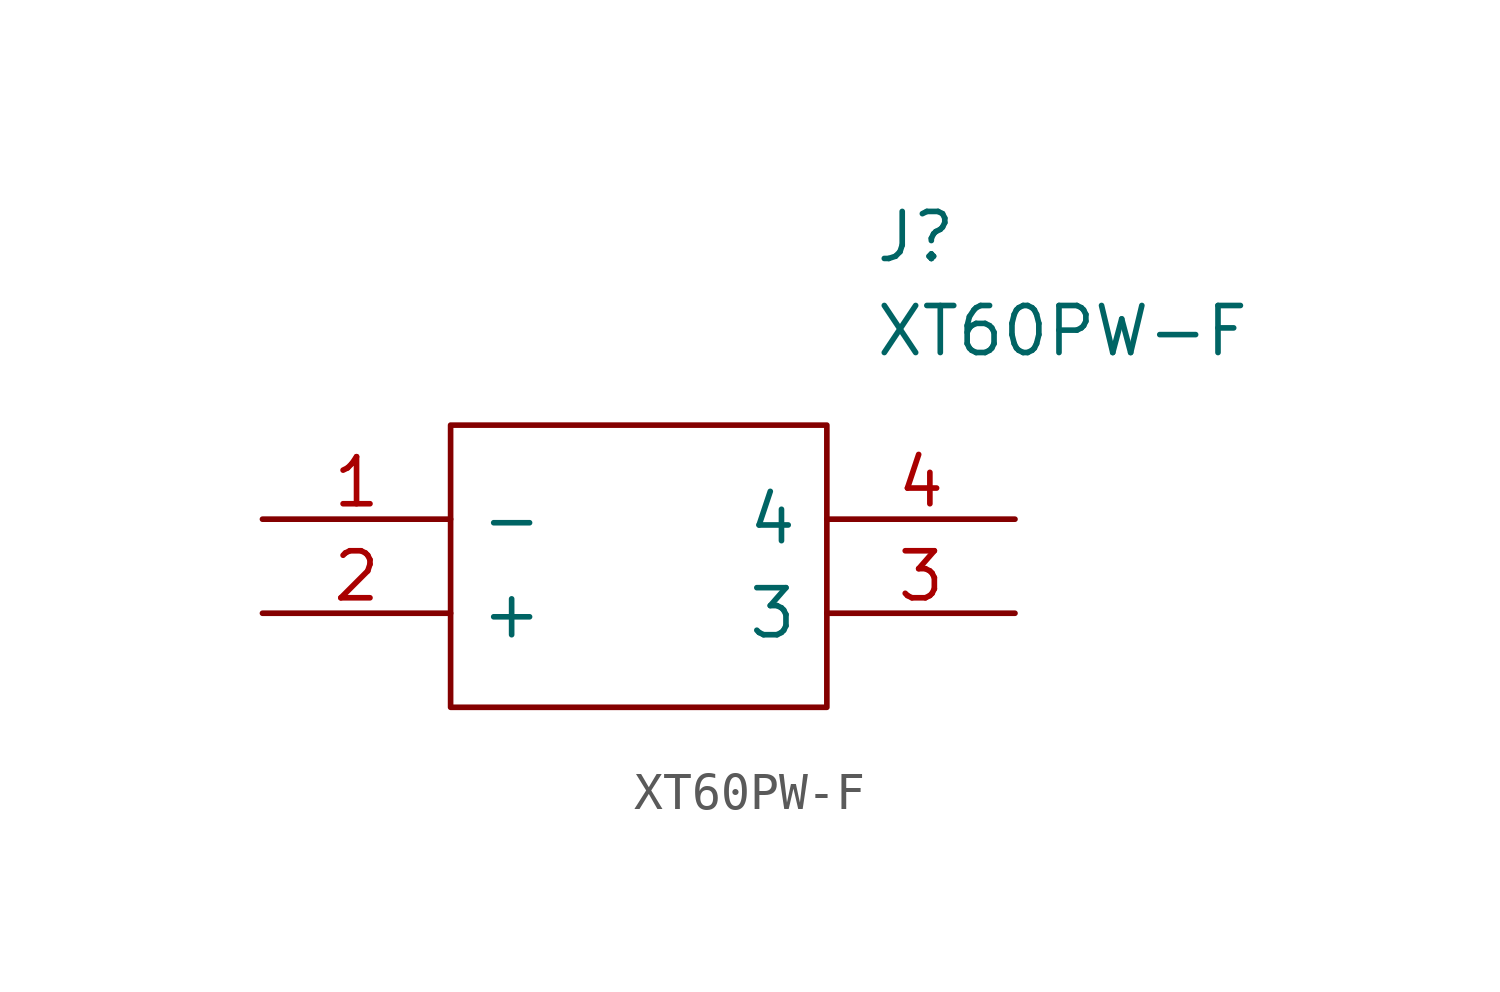
<source format=kicad_sym>
(kicad_symbol_lib
  (version 20211014)
  (generator kicad_symbol_editor)
  (symbol "XT60PW-F"
    (pin_names
      (offset 0.762))
    (property "Reference" "J"
      (at 16.51 7.62 0)
      (effects (font (size 1.27 1.27)) (justify left)))
    (property "Value" "XT60PW-F"
      (at 16.51 5.08 0)
      (effects (font (size 1.27 1.27)) (justify left)))
    (symbol "XT60PW-F_0_0"
      (pin passive line (at 0 0 0) (length 5.08) (name "-" (effects (font (size 1.27 1.27)))) (number "1" (effects (font (size 1.27 1.27)))))
      (pin passive line (at 0 -2.54 0) (length 5.08) (name "+" (effects (font (size 1.27 1.27)))) (number "2" (effects (font (size 1.27 1.27)))))
      (pin passive line (at 20.32 -2.54 180) (length 5.08) (name "3" (effects (font (size 1.27 1.27)))) (number "3" (effects (font (size 1.27 1.27)))))
      (pin passive line (at 20.32 0 180) (length 5.08) (name "4" (effects (font (size 1.27 1.27)))) (number "4" (effects (font (size 1.27 1.27))))))
    (symbol "XT60PW-F_0_1"
      (polyline (pts (xy 5.08 2.54) (xy 15.24 2.54) (xy 15.24 -5.08) (xy 5.08 -5.08) (xy 5.08 2.54)) (stroke (width 0.152) (type default) (color 0 0 0 0)) (fill (type none))))))
</source>
